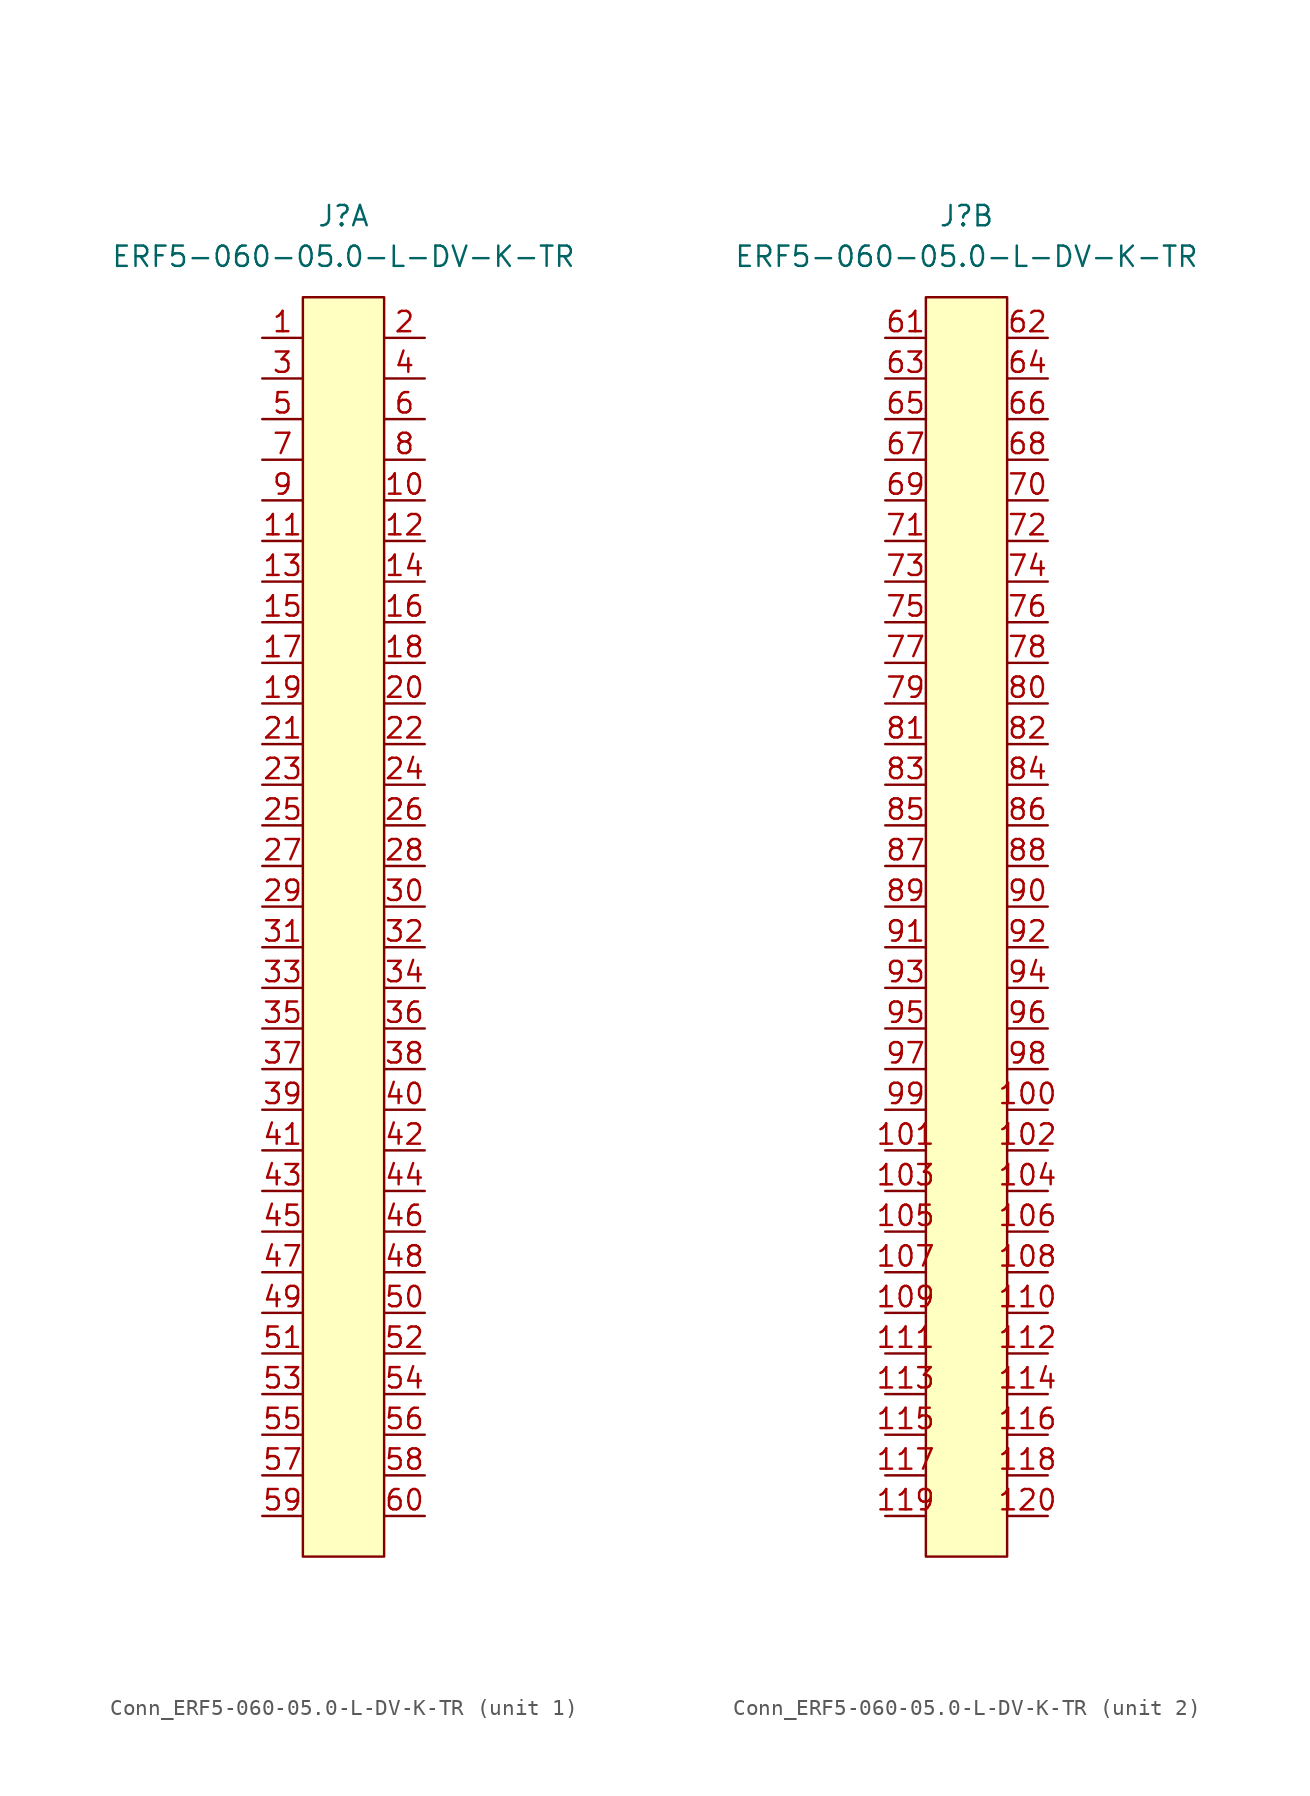
<source format=kicad_sym>
(kicad_symbol_lib
  (version 20220914)
  (generator kicad_symbol_editor)
  (symbol "Conn_ERF5-060-05.0-L-DV-K-TR"
    (pin_names
      (offset 1.016) hide)
    (property "Reference" "J"
      (at 0 20.32 0)
      (effects (font (size 1.27 1.27))))
    (property "Value" "ERF5-060-05.0-L-DV-K-TR"
      (at 0 17.78 0)
      (effects (font (size 1.27 1.27))))
    (property "ki_locked" ""
      (at 0 0 0)
      (effects (font (size 1.27 1.27))))
    (symbol "Conn_ERF5-060-05.0-L-DV-K-TR_1_1"
      (rectangle (start -2.54 15.24) (end 2.54 -63.5) (stroke (width 0) (type default)) (fill (type background)))
      (pin passive line (at -5.08 12.7 0) (length 2.54) (name "1" (effects (font (size 1.27 1.27)))) (number "1" (effects (font (size 1.27 1.27)))))
      (pin passive line (at 5.08 2.54 180) (length 2.54) (name "10" (effects (font (size 1.27 1.27)))) (number "10" (effects (font (size 1.27 1.27)))))
      (pin passive line (at -5.08 0 0) (length 2.54) (name "11" (effects (font (size 1.27 1.27)))) (number "11" (effects (font (size 1.27 1.27)))))
      (pin passive line (at 5.08 0 180) (length 2.54) (name "12" (effects (font (size 1.27 1.27)))) (number "12" (effects (font (size 1.27 1.27)))))
      (pin passive line (at -5.08 -2.54 0) (length 2.54) (name "13" (effects (font (size 1.27 1.27)))) (number "13" (effects (font (size 1.27 1.27)))))
      (pin passive line (at 5.08 -2.54 180) (length 2.54) (name "14" (effects (font (size 1.27 1.27)))) (number "14" (effects (font (size 1.27 1.27)))))
      (pin passive line (at -5.08 -5.08 0) (length 2.54) (name "15" (effects (font (size 1.27 1.27)))) (number "15" (effects (font (size 1.27 1.27)))))
      (pin passive line (at 5.08 -5.08 180) (length 2.54) (name "16" (effects (font (size 1.27 1.27)))) (number "16" (effects (font (size 1.27 1.27)))))
      (pin passive line (at -5.08 -7.62 0) (length 2.54) (name "17" (effects (font (size 1.27 1.27)))) (number "17" (effects (font (size 1.27 1.27)))))
      (pin passive line (at 5.08 -7.62 180) (length 2.54) (name "18" (effects (font (size 1.27 1.27)))) (number "18" (effects (font (size 1.27 1.27)))))
      (pin passive line (at -5.08 -10.16 0) (length 2.54) (name "19" (effects (font (size 1.27 1.27)))) (number "19" (effects (font (size 1.27 1.27)))))
      (pin passive line (at 5.08 12.7 180) (length 2.54) (name "2" (effects (font (size 1.27 1.27)))) (number "2" (effects (font (size 1.27 1.27)))))
      (pin passive line (at 5.08 -10.16 180) (length 2.54) (name "20" (effects (font (size 1.27 1.27)))) (number "20" (effects (font (size 1.27 1.27)))))
      (pin passive line (at -5.08 -12.7 0) (length 2.54) (name "21" (effects (font (size 1.27 1.27)))) (number "21" (effects (font (size 1.27 1.27)))))
      (pin passive line (at 5.08 -12.7 180) (length 2.54) (name "22" (effects (font (size 1.27 1.27)))) (number "22" (effects (font (size 1.27 1.27)))))
      (pin passive line (at -5.08 -15.24 0) (length 2.54) (name "23" (effects (font (size 1.27 1.27)))) (number "23" (effects (font (size 1.27 1.27)))))
      (pin passive line (at 5.08 -15.24 180) (length 2.54) (name "24" (effects (font (size 1.27 1.27)))) (number "24" (effects (font (size 1.27 1.27)))))
      (pin passive line (at -5.08 -17.78 0) (length 2.54) (name "25" (effects (font (size 1.27 1.27)))) (number "25" (effects (font (size 1.27 1.27)))))
      (pin passive line (at 5.08 -17.78 180) (length 2.54) (name "26" (effects (font (size 1.27 1.27)))) (number "26" (effects (font (size 1.27 1.27)))))
      (pin passive line (at -5.08 -20.32 0) (length 2.54) (name "27" (effects (font (size 1.27 1.27)))) (number "27" (effects (font (size 1.27 1.27)))))
      (pin passive line (at 5.08 -20.32 180) (length 2.54) (name "28" (effects (font (size 1.27 1.27)))) (number "28" (effects (font (size 1.27 1.27)))))
      (pin passive line (at -5.08 -22.86 0) (length 2.54) (name "29" (effects (font (size 1.27 1.27)))) (number "29" (effects (font (size 1.27 1.27)))))
      (pin passive line (at -5.08 10.16 0) (length 2.54) (name "3" (effects (font (size 1.27 1.27)))) (number "3" (effects (font (size 1.27 1.27)))))
      (pin passive line (at 5.08 -22.86 180) (length 2.54) (name "30" (effects (font (size 1.27 1.27)))) (number "30" (effects (font (size 1.27 1.27)))))
      (pin passive line (at -5.08 -25.4 0) (length 2.54) (name "31" (effects (font (size 1.27 1.27)))) (number "31" (effects (font (size 1.27 1.27)))))
      (pin passive line (at 5.08 -25.4 180) (length 2.54) (name "32" (effects (font (size 1.27 1.27)))) (number "32" (effects (font (size 1.27 1.27)))))
      (pin passive line (at -5.08 -27.94 0) (length 2.54) (name "33" (effects (font (size 1.27 1.27)))) (number "33" (effects (font (size 1.27 1.27)))))
      (pin passive line (at 5.08 -27.94 180) (length 2.54) (name "34" (effects (font (size 1.27 1.27)))) (number "34" (effects (font (size 1.27 1.27)))))
      (pin passive line (at -5.08 -30.48 0) (length 2.54) (name "35" (effects (font (size 1.27 1.27)))) (number "35" (effects (font (size 1.27 1.27)))))
      (pin passive line (at 5.08 -30.48 180) (length 2.54) (name "36" (effects (font (size 1.27 1.27)))) (number "36" (effects (font (size 1.27 1.27)))))
      (pin passive line (at -5.08 -33.02 0) (length 2.54) (name "37" (effects (font (size 1.27 1.27)))) (number "37" (effects (font (size 1.27 1.27)))))
      (pin passive line (at 5.08 -33.02 180) (length 2.54) (name "38" (effects (font (size 1.27 1.27)))) (number "38" (effects (font (size 1.27 1.27)))))
      (pin passive line (at -5.08 -35.56 0) (length 2.54) (name "39" (effects (font (size 1.27 1.27)))) (number "39" (effects (font (size 1.27 1.27)))))
      (pin passive line (at 5.08 10.16 180) (length 2.54) (name "4" (effects (font (size 1.27 1.27)))) (number "4" (effects (font (size 1.27 1.27)))))
      (pin passive line (at 5.08 -35.56 180) (length 2.54) (name "40" (effects (font (size 1.27 1.27)))) (number "40" (effects (font (size 1.27 1.27)))))
      (pin passive line (at -5.08 -38.1 0) (length 2.54) (name "41" (effects (font (size 1.27 1.27)))) (number "41" (effects (font (size 1.27 1.27)))))
      (pin passive line (at 5.08 -38.1 180) (length 2.54) (name "42" (effects (font (size 1.27 1.27)))) (number "42" (effects (font (size 1.27 1.27)))))
      (pin passive line (at -5.08 -40.64 0) (length 2.54) (name "43" (effects (font (size 1.27 1.27)))) (number "43" (effects (font (size 1.27 1.27)))))
      (pin passive line (at 5.08 -40.64 180) (length 2.54) (name "44" (effects (font (size 1.27 1.27)))) (number "44" (effects (font (size 1.27 1.27)))))
      (pin passive line (at -5.08 -43.18 0) (length 2.54) (name "45" (effects (font (size 1.27 1.27)))) (number "45" (effects (font (size 1.27 1.27)))))
      (pin passive line (at 5.08 -43.18 180) (length 2.54) (name "46" (effects (font (size 1.27 1.27)))) (number "46" (effects (font (size 1.27 1.27)))))
      (pin passive line (at -5.08 -45.72 0) (length 2.54) (name "47" (effects (font (size 1.27 1.27)))) (number "47" (effects (font (size 1.27 1.27)))))
      (pin passive line (at 5.08 -45.72 180) (length 2.54) (name "48" (effects (font (size 1.27 1.27)))) (number "48" (effects (font (size 1.27 1.27)))))
      (pin passive line (at -5.08 -48.26 0) (length 2.54) (name "49" (effects (font (size 1.27 1.27)))) (number "49" (effects (font (size 1.27 1.27)))))
      (pin passive line (at -5.08 7.62 0) (length 2.54) (name "5" (effects (font (size 1.27 1.27)))) (number "5" (effects (font (size 1.27 1.27)))))
      (pin passive line (at 5.08 -48.26 180) (length 2.54) (name "50" (effects (font (size 1.27 1.27)))) (number "50" (effects (font (size 1.27 1.27)))))
      (pin passive line (at -5.08 -50.8 0) (length 2.54) (name "51" (effects (font (size 1.27 1.27)))) (number "51" (effects (font (size 1.27 1.27)))))
      (pin passive line (at 5.08 -50.8 180) (length 2.54) (name "52" (effects (font (size 1.27 1.27)))) (number "52" (effects (font (size 1.27 1.27)))))
      (pin passive line (at -5.08 -53.34 0) (length 2.54) (name "53" (effects (font (size 1.27 1.27)))) (number "53" (effects (font (size 1.27 1.27)))))
      (pin passive line (at 5.08 -53.34 180) (length 2.54) (name "54" (effects (font (size 1.27 1.27)))) (number "54" (effects (font (size 1.27 1.27)))))
      (pin passive line (at -5.08 -55.88 0) (length 2.54) (name "55" (effects (font (size 1.27 1.27)))) (number "55" (effects (font (size 1.27 1.27)))))
      (pin passive line (at 5.08 -55.88 180) (length 2.54) (name "56" (effects (font (size 1.27 1.27)))) (number "56" (effects (font (size 1.27 1.27)))))
      (pin passive line (at -5.08 -58.42 0) (length 2.54) (name "57" (effects (font (size 1.27 1.27)))) (number "57" (effects (font (size 1.27 1.27)))))
      (pin passive line (at 5.08 -58.42 180) (length 2.54) (name "58" (effects (font (size 1.27 1.27)))) (number "58" (effects (font (size 1.27 1.27)))))
      (pin passive line (at -5.08 -60.96 0) (length 2.54) (name "59" (effects (font (size 1.27 1.27)))) (number "59" (effects (font (size 1.27 1.27)))))
      (pin passive line (at 5.08 7.62 180) (length 2.54) (name "6" (effects (font (size 1.27 1.27)))) (number "6" (effects (font (size 1.27 1.27)))))
      (pin passive line (at 5.08 -60.96 180) (length 2.54) (name "60" (effects (font (size 1.27 1.27)))) (number "60" (effects (font (size 1.27 1.27)))))
      (pin passive line (at -5.08 5.08 0) (length 2.54) (name "7" (effects (font (size 1.27 1.27)))) (number "7" (effects (font (size 1.27 1.27)))))
      (pin passive line (at 5.08 5.08 180) (length 2.54) (name "8" (effects (font (size 1.27 1.27)))) (number "8" (effects (font (size 1.27 1.27)))))
      (pin passive line (at -5.08 2.54 0) (length 2.54) (name "9" (effects (font (size 1.27 1.27)))) (number "9" (effects (font (size 1.27 1.27))))))
    (symbol "Conn_ERF5-060-05.0-L-DV-K-TR_2_1"
      (rectangle (start -2.54 15.24) (end 2.54 -63.5) (stroke (width 0) (type default)) (fill (type background)))
      (pin passive line (at 5.08 -35.56 180) (length 2.54) (name "100" (effects (font (size 1.27 1.27)))) (number "100" (effects (font (size 1.27 1.27)))))
      (pin passive line (at -5.08 -38.1 0) (length 2.54) (name "101" (effects (font (size 1.27 1.27)))) (number "101" (effects (font (size 1.27 1.27)))))
      (pin passive line (at 5.08 -38.1 180) (length 2.54) (name "102" (effects (font (size 1.27 1.27)))) (number "102" (effects (font (size 1.27 1.27)))))
      (pin passive line (at -5.08 -40.64 0) (length 2.54) (name "103" (effects (font (size 1.27 1.27)))) (number "103" (effects (font (size 1.27 1.27)))))
      (pin passive line (at 5.08 -40.64 180) (length 2.54) (name "104" (effects (font (size 1.27 1.27)))) (number "104" (effects (font (size 1.27 1.27)))))
      (pin passive line (at -5.08 -43.18 0) (length 2.54) (name "105" (effects (font (size 1.27 1.27)))) (number "105" (effects (font (size 1.27 1.27)))))
      (pin passive line (at 5.08 -43.18 180) (length 2.54) (name "106" (effects (font (size 1.27 1.27)))) (number "106" (effects (font (size 1.27 1.27)))))
      (pin passive line (at -5.08 -45.72 0) (length 2.54) (name "107" (effects (font (size 1.27 1.27)))) (number "107" (effects (font (size 1.27 1.27)))))
      (pin passive line (at 5.08 -45.72 180) (length 2.54) (name "108" (effects (font (size 1.27 1.27)))) (number "108" (effects (font (size 1.27 1.27)))))
      (pin passive line (at -5.08 -48.26 0) (length 2.54) (name "109" (effects (font (size 1.27 1.27)))) (number "109" (effects (font (size 1.27 1.27)))))
      (pin passive line (at 5.08 -48.26 180) (length 2.54) (name "110" (effects (font (size 1.27 1.27)))) (number "110" (effects (font (size 1.27 1.27)))))
      (pin passive line (at -5.08 -50.8 0) (length 2.54) (name "111" (effects (font (size 1.27 1.27)))) (number "111" (effects (font (size 1.27 1.27)))))
      (pin passive line (at 5.08 -50.8 180) (length 2.54) (name "112" (effects (font (size 1.27 1.27)))) (number "112" (effects (font (size 1.27 1.27)))))
      (pin passive line (at -5.08 -53.34 0) (length 2.54) (name "113" (effects (font (size 1.27 1.27)))) (number "113" (effects (font (size 1.27 1.27)))))
      (pin passive line (at 5.08 -53.34 180) (length 2.54) (name "114" (effects (font (size 1.27 1.27)))) (number "114" (effects (font (size 1.27 1.27)))))
      (pin passive line (at -5.08 -55.88 0) (length 2.54) (name "115" (effects (font (size 1.27 1.27)))) (number "115" (effects (font (size 1.27 1.27)))))
      (pin passive line (at 5.08 -55.88 180) (length 2.54) (name "116" (effects (font (size 1.27 1.27)))) (number "116" (effects (font (size 1.27 1.27)))))
      (pin passive line (at -5.08 -58.42 0) (length 2.54) (name "117" (effects (font (size 1.27 1.27)))) (number "117" (effects (font (size 1.27 1.27)))))
      (pin passive line (at 5.08 -58.42 180) (length 2.54) (name "118" (effects (font (size 1.27 1.27)))) (number "118" (effects (font (size 1.27 1.27)))))
      (pin passive line (at -5.08 -60.96 0) (length 2.54) (name "119" (effects (font (size 1.27 1.27)))) (number "119" (effects (font (size 1.27 1.27)))))
      (pin passive line (at 5.08 -60.96 180) (length 2.54) (name "120" (effects (font (size 1.27 1.27)))) (number "120" (effects (font (size 1.27 1.27)))))
      (pin passive line (at -5.08 12.7 0) (length 2.54) (name "61" (effects (font (size 1.27 1.27)))) (number "61" (effects (font (size 1.27 1.27)))))
      (pin passive line (at 5.08 12.7 180) (length 2.54) (name "62" (effects (font (size 1.27 1.27)))) (number "62" (effects (font (size 1.27 1.27)))))
      (pin passive line (at -5.08 10.16 0) (length 2.54) (name "63" (effects (font (size 1.27 1.27)))) (number "63" (effects (font (size 1.27 1.27)))))
      (pin passive line (at 5.08 10.16 180) (length 2.54) (name "64" (effects (font (size 1.27 1.27)))) (number "64" (effects (font (size 1.27 1.27)))))
      (pin passive line (at -5.08 7.62 0) (length 2.54) (name "65" (effects (font (size 1.27 1.27)))) (number "65" (effects (font (size 1.27 1.27)))))
      (pin passive line (at 5.08 7.62 180) (length 2.54) (name "66" (effects (font (size 1.27 1.27)))) (number "66" (effects (font (size 1.27 1.27)))))
      (pin passive line (at -5.08 5.08 0) (length 2.54) (name "67" (effects (font (size 1.27 1.27)))) (number "67" (effects (font (size 1.27 1.27)))))
      (pin passive line (at 5.08 5.08 180) (length 2.54) (name "68" (effects (font (size 1.27 1.27)))) (number "68" (effects (font (size 1.27 1.27)))))
      (pin passive line (at -5.08 2.54 0) (length 2.54) (name "69" (effects (font (size 1.27 1.27)))) (number "69" (effects (font (size 1.27 1.27)))))
      (pin passive line (at 5.08 2.54 180) (length 2.54) (name "70" (effects (font (size 1.27 1.27)))) (number "70" (effects (font (size 1.27 1.27)))))
      (pin passive line (at -5.08 0 0) (length 2.54) (name "71" (effects (font (size 1.27 1.27)))) (number "71" (effects (font (size 1.27 1.27)))))
      (pin passive line (at 5.08 0 180) (length 2.54) (name "72" (effects (font (size 1.27 1.27)))) (number "72" (effects (font (size 1.27 1.27)))))
      (pin passive line (at -5.08 -2.54 0) (length 2.54) (name "73" (effects (font (size 1.27 1.27)))) (number "73" (effects (font (size 1.27 1.27)))))
      (pin passive line (at 5.08 -2.54 180) (length 2.54) (name "74" (effects (font (size 1.27 1.27)))) (number "74" (effects (font (size 1.27 1.27)))))
      (pin passive line (at -5.08 -5.08 0) (length 2.54) (name "75" (effects (font (size 1.27 1.27)))) (number "75" (effects (font (size 1.27 1.27)))))
      (pin passive line (at 5.08 -5.08 180) (length 2.54) (name "76" (effects (font (size 1.27 1.27)))) (number "76" (effects (font (size 1.27 1.27)))))
      (pin passive line (at -5.08 -7.62 0) (length 2.54) (name "77" (effects (font (size 1.27 1.27)))) (number "77" (effects (font (size 1.27 1.27)))))
      (pin passive line (at 5.08 -7.62 180) (length 2.54) (name "78" (effects (font (size 1.27 1.27)))) (number "78" (effects (font (size 1.27 1.27)))))
      (pin passive line (at -5.08 -10.16 0) (length 2.54) (name "79" (effects (font (size 1.27 1.27)))) (number "79" (effects (font (size 1.27 1.27)))))
      (pin passive line (at 5.08 -10.16 180) (length 2.54) (name "80" (effects (font (size 1.27 1.27)))) (number "80" (effects (font (size 1.27 1.27)))))
      (pin passive line (at -5.08 -12.7 0) (length 2.54) (name "81" (effects (font (size 1.27 1.27)))) (number "81" (effects (font (size 1.27 1.27)))))
      (pin passive line (at 5.08 -12.7 180) (length 2.54) (name "82" (effects (font (size 1.27 1.27)))) (number "82" (effects (font (size 1.27 1.27)))))
      (pin passive line (at -5.08 -15.24 0) (length 2.54) (name "83" (effects (font (size 1.27 1.27)))) (number "83" (effects (font (size 1.27 1.27)))))
      (pin passive line (at 5.08 -15.24 180) (length 2.54) (name "84" (effects (font (size 1.27 1.27)))) (number "84" (effects (font (size 1.27 1.27)))))
      (pin passive line (at -5.08 -17.78 0) (length 2.54) (name "85" (effects (font (size 1.27 1.27)))) (number "85" (effects (font (size 1.27 1.27)))))
      (pin passive line (at 5.08 -17.78 180) (length 2.54) (name "86" (effects (font (size 1.27 1.27)))) (number "86" (effects (font (size 1.27 1.27)))))
      (pin passive line (at -5.08 -20.32 0) (length 2.54) (name "87" (effects (font (size 1.27 1.27)))) (number "87" (effects (font (size 1.27 1.27)))))
      (pin passive line (at 5.08 -20.32 180) (length 2.54) (name "88" (effects (font (size 1.27 1.27)))) (number "88" (effects (font (size 1.27 1.27)))))
      (pin passive line (at -5.08 -22.86 0) (length 2.54) (name "89" (effects (font (size 1.27 1.27)))) (number "89" (effects (font (size 1.27 1.27)))))
      (pin passive line (at 5.08 -22.86 180) (length 2.54) (name "90" (effects (font (size 1.27 1.27)))) (number "90" (effects (font (size 1.27 1.27)))))
      (pin passive line (at -5.08 -25.4 0) (length 2.54) (name "91" (effects (font (size 1.27 1.27)))) (number "91" (effects (font (size 1.27 1.27)))))
      (pin passive line (at 5.08 -25.4 180) (length 2.54) (name "92" (effects (font (size 1.27 1.27)))) (number "92" (effects (font (size 1.27 1.27)))))
      (pin passive line (at -5.08 -27.94 0) (length 2.54) (name "93" (effects (font (size 1.27 1.27)))) (number "93" (effects (font (size 1.27 1.27)))))
      (pin passive line (at 5.08 -27.94 180) (length 2.54) (name "94" (effects (font (size 1.27 1.27)))) (number "94" (effects (font (size 1.27 1.27)))))
      (pin passive line (at -5.08 -30.48 0) (length 2.54) (name "95" (effects (font (size 1.27 1.27)))) (number "95" (effects (font (size 1.27 1.27)))))
      (pin passive line (at 5.08 -30.48 180) (length 2.54) (name "96" (effects (font (size 1.27 1.27)))) (number "96" (effects (font (size 1.27 1.27)))))
      (pin passive line (at -5.08 -33.02 0) (length 2.54) (name "97" (effects (font (size 1.27 1.27)))) (number "97" (effects (font (size 1.27 1.27)))))
      (pin passive line (at 5.08 -33.02 180) (length 2.54) (name "98" (effects (font (size 1.27 1.27)))) (number "98" (effects (font (size 1.27 1.27)))))
      (pin passive line (at -5.08 -35.56 0) (length 2.54) (name "99" (effects (font (size 1.27 1.27)))) (number "99" (effects (font (size 1.27 1.27))))))))
</source>
